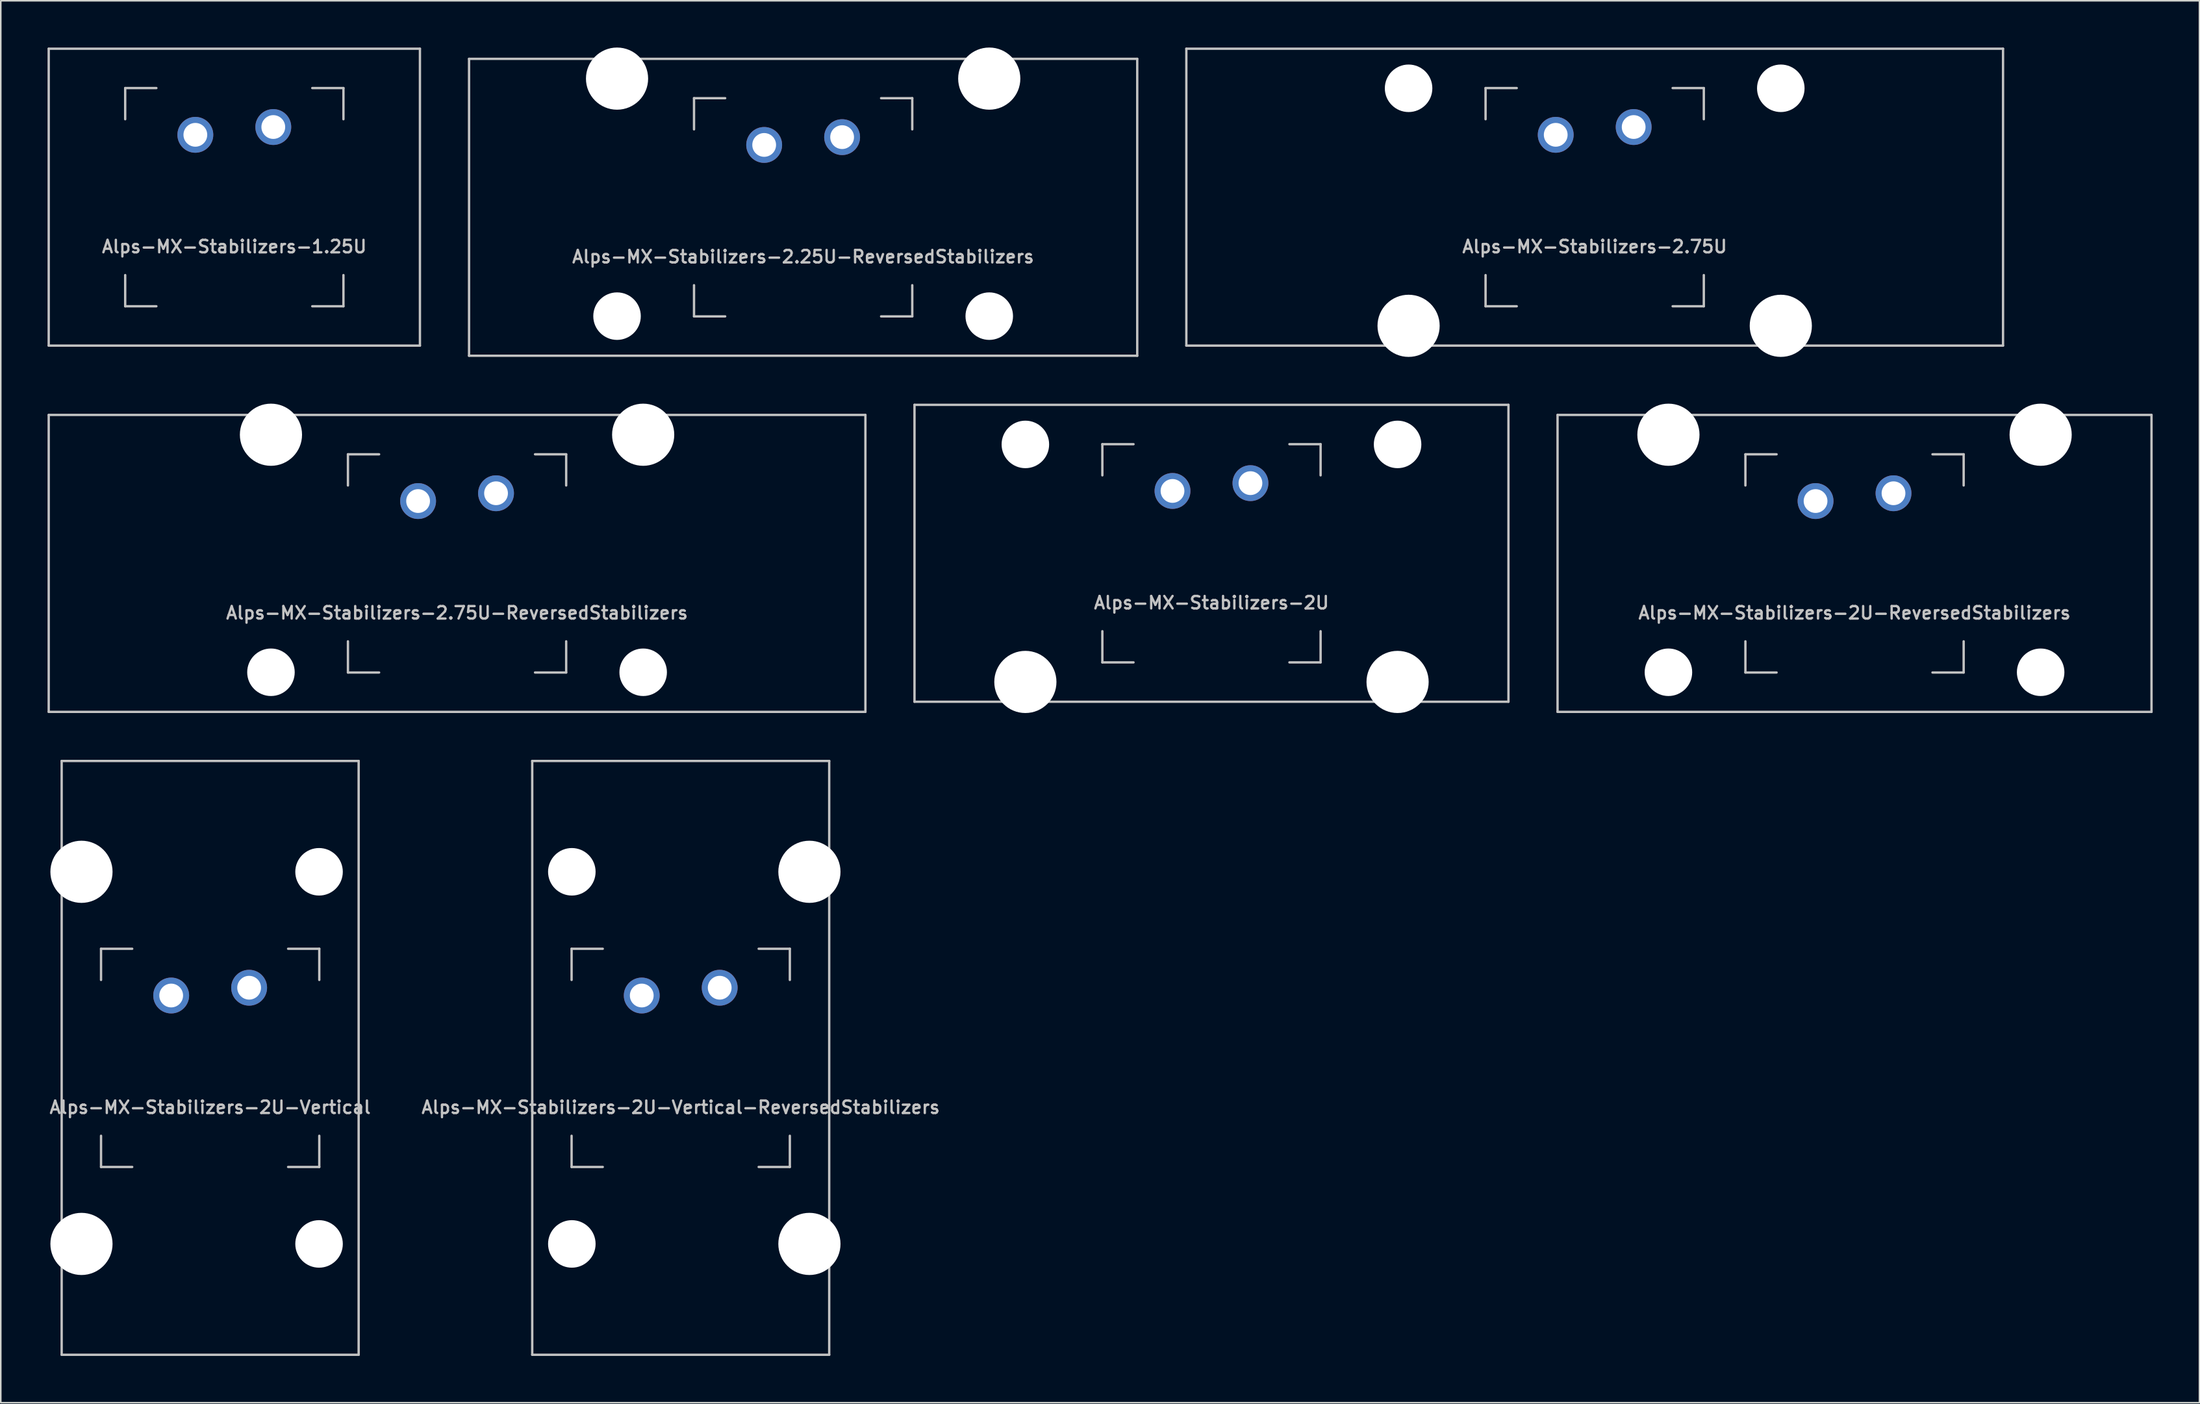
<source format=kicad_pcb>
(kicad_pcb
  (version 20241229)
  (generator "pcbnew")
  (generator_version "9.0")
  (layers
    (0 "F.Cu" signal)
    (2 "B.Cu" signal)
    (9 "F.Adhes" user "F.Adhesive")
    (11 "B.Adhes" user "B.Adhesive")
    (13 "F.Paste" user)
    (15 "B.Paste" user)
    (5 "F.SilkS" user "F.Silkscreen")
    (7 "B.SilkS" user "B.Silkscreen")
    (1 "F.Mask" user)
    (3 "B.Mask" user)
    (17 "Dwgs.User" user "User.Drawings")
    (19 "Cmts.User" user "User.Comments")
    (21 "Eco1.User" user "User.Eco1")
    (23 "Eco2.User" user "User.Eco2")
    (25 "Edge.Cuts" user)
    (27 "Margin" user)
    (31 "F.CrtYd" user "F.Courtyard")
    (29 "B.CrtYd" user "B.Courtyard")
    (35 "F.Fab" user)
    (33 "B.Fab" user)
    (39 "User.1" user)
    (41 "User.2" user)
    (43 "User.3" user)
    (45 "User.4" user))
  (footprint "Alps-MX-Stabilizers-2U"
    (layer "F.Cu")
    (at 74.662 32.449)
    (property "Reference" "Alps-MX-Stabilizers-2U" (at 0 3.175 0) (layer "Dwgs.User") (effects (font (size 0.8 0.8) (thickness 0.15))))
    (attr through_hole)
    (fp_line (start -19.05 9.525) (end -19.05 -9.525) (stroke (width 0.15) (type solid)) (layer "Dwgs.User"))
    (fp_line (start -7 -7) (end -7 -5) (stroke (width 0.15) (type solid)) (layer "Dwgs.User"))
    (fp_line (start -7 5) (end -7 7) (stroke (width 0.15) (type solid)) (layer "Dwgs.User"))
    (fp_line (start -7 7) (end -5 7) (stroke (width 0.15) (type solid)) (layer "Dwgs.User"))
    (fp_line (start -5 -7) (end -7 -7) (stroke (width 0.15) (type solid)) (layer "Dwgs.User"))
    (fp_line (start 5 -7) (end 7 -7) (stroke (width 0.15) (type solid)) (layer "Dwgs.User"))
    (fp_line (start 5 7) (end 7 7) (stroke (width 0.15) (type solid)) (layer "Dwgs.User"))
    (fp_line (start 7 -7) (end 7 -5) (stroke (width 0.15) (type solid)) (layer "Dwgs.User"))
    (fp_line (start 7 7) (end 7 5) (stroke (width 0.15) (type solid)) (layer "Dwgs.User"))
    (fp_line (start 19.05 -9.525) (end -19.05 -9.525) (stroke (width 0.15) (type solid)) (layer "Dwgs.User"))
    (fp_line (start 19.05 9.525) (end -19.05 9.525) (stroke (width 0.15) (type solid)) (layer "Dwgs.User"))
    (fp_line (start 19.05 9.525) (end 19.05 -9.525) (stroke (width 0.15) (type solid)) (layer "Dwgs.User"))
    (pad "" np_thru_hole circle (at -11.938 -6.985) (size 3.048 3.048) (drill 3.048) (layers "*.Cu" "*.Mask"))
    (pad "" np_thru_hole circle (at -11.938 8.255) (size 3.988 3.988) (drill 3.988) (layers "*.Cu" "*.Mask"))
    (pad "" np_thru_hole circle (at 11.938 -6.985) (size 3.048 3.048) (drill 3.048) (layers "*.Cu" "*.Mask"))
    (pad "" np_thru_hole circle (at 11.938 8.255) (size 3.988 3.988) (drill 3.988) (layers "*.Cu" "*.Mask"))
    (pad "1" thru_hole circle (at -2.5 -4) (size 2.3 2.3) (drill 1.524) (layers "*.Cu" "B.Mask"))
    (pad "2" thru_hole circle (at 2.5 -4.5) (size 2.3 2.3) (drill 1.524) (layers "*.Cu" "B.Mask")))
  (footprint "Alps-MX-Stabilizers-2.75U"
    (layer "F.Cu")
    (at 99.244 9.6)
    (property "Reference" "Alps-MX-Stabilizers-2.75U" (at 0 3.175 0) (layer "Dwgs.User") (effects (font (size 0.8 0.8) (thickness 0.15))))
    (attr through_hole)
    (fp_line (start -26.194 9.525) (end -26.194 -9.525) (stroke (width 0.15) (type solid)) (layer "Dwgs.User"))
    (fp_line (start -7 -7) (end -7 -5) (stroke (width 0.15) (type solid)) (layer "Dwgs.User"))
    (fp_line (start -7 5) (end -7 7) (stroke (width 0.15) (type solid)) (layer "Dwgs.User"))
    (fp_line (start -7 7) (end -5 7) (stroke (width 0.15) (type solid)) (layer "Dwgs.User"))
    (fp_line (start -5 -7) (end -7 -7) (stroke (width 0.15) (type solid)) (layer "Dwgs.User"))
    (fp_line (start 5 -7) (end 7 -7) (stroke (width 0.15) (type solid)) (layer "Dwgs.User"))
    (fp_line (start 5 7) (end 7 7) (stroke (width 0.15) (type solid)) (layer "Dwgs.User"))
    (fp_line (start 7 -7) (end 7 -5) (stroke (width 0.15) (type solid)) (layer "Dwgs.User"))
    (fp_line (start 7 7) (end 7 5) (stroke (width 0.15) (type solid)) (layer "Dwgs.User"))
    (fp_line (start 26.194 -9.525) (end -26.194 -9.525) (stroke (width 0.15) (type solid)) (layer "Dwgs.User"))
    (fp_line (start 26.194 9.525) (end -26.194 9.525) (stroke (width 0.15) (type solid)) (layer "Dwgs.User"))
    (fp_line (start 26.194 9.525) (end 26.194 -9.525) (stroke (width 0.15) (type solid)) (layer "Dwgs.User"))
    (pad "" np_thru_hole circle (at -11.938 -6.985) (size 3.048 3.048) (drill 3.048) (layers "*.Cu" "*.Mask"))
    (pad "" np_thru_hole circle (at -11.938 8.255) (size 3.988 3.988) (drill 3.988) (layers "*.Cu" "*.Mask"))
    (pad "" np_thru_hole circle (at 11.938 -6.985) (size 3.048 3.048) (drill 3.048) (layers "*.Cu" "*.Mask"))
    (pad "" np_thru_hole circle (at 11.938 8.255) (size 3.988 3.988) (drill 3.988) (layers "*.Cu" "*.Mask"))
    (pad "1" thru_hole circle (at -2.5 -4) (size 2.3 2.3) (drill 1.524) (layers "*.Cu" "B.Mask"))
    (pad "2" thru_hole circle (at 2.5 -4.5) (size 2.3 2.3) (drill 1.524) (layers "*.Cu" "B.Mask")))
  (footprint "Alps-MX-Stabilizers-2U-ReversedStabilizers"
    (layer "F.Cu")
    (at 115.912 33.098)
    (property "Reference" "Alps-MX-Stabilizers-2U-ReversedStabilizers" (at 0 3.175 0) (layer "Dwgs.User") (effects (font (size 0.8 0.8) (thickness 0.15))))
    (attr through_hole)
    (fp_line (start -19.05 9.525) (end -19.05 -9.525) (stroke (width 0.15) (type solid)) (layer "Dwgs.User"))
    (fp_line (start -7 -7) (end -7 -5) (stroke (width 0.15) (type solid)) (layer "Dwgs.User"))
    (fp_line (start -7 5) (end -7 7) (stroke (width 0.15) (type solid)) (layer "Dwgs.User"))
    (fp_line (start -7 7) (end -5 7) (stroke (width 0.15) (type solid)) (layer "Dwgs.User"))
    (fp_line (start -5 -7) (end -7 -7) (stroke (width 0.15) (type solid)) (layer "Dwgs.User"))
    (fp_line (start 5 -7) (end 7 -7) (stroke (width 0.15) (type solid)) (layer "Dwgs.User"))
    (fp_line (start 5 7) (end 7 7) (stroke (width 0.15) (type solid)) (layer "Dwgs.User"))
    (fp_line (start 7 -7) (end 7 -5) (stroke (width 0.15) (type solid)) (layer "Dwgs.User"))
    (fp_line (start 7 7) (end 7 5) (stroke (width 0.15) (type solid)) (layer "Dwgs.User"))
    (fp_line (start 19.05 -9.525) (end -19.05 -9.525) (stroke (width 0.15) (type solid)) (layer "Dwgs.User"))
    (fp_line (start 19.05 9.525) (end -19.05 9.525) (stroke (width 0.15) (type solid)) (layer "Dwgs.User"))
    (fp_line (start 19.05 9.525) (end 19.05 -9.525) (stroke (width 0.15) (type solid)) (layer "Dwgs.User"))
    (pad "" np_thru_hole circle (at -11.938 -8.255) (size 3.988 3.988) (drill 3.988) (layers "*.Cu" "*.Mask"))
    (pad "" np_thru_hole circle (at -11.938 6.985) (size 3.048 3.048) (drill 3.048) (layers "*.Cu" "*.Mask"))
    (pad "" np_thru_hole circle (at 11.938 -8.255) (size 3.988 3.988) (drill 3.988) (layers "*.Cu" "*.Mask"))
    (pad "" np_thru_hole circle (at 11.938 6.985) (size 3.048 3.048) (drill 3.048) (layers "*.Cu" "*.Mask"))
    (pad "1" thru_hole circle (at -2.5 -4) (size 2.3 2.3) (drill 1.524) (layers "*.Cu" "B.Mask"))
    (pad "2" thru_hole circle (at 2.5 -4.5) (size 2.3 2.3) (drill 1.524) (layers "*.Cu" "B.Mask")))
  (footprint "Alps-MX-Stabilizers-2U-Vertical"
    (layer "F.Cu")
    (at 10.431 64.823)
    (property "Reference" "Alps-MX-Stabilizers-2U-Vertical" (at 0 3.175 0) (layer "Dwgs.User") (effects (font (size 0.8 0.8) (thickness 0.15))))
    (attr through_hole)
    (fp_line (start -9.525 19.05) (end -9.525 -19.05) (stroke (width 0.15) (type solid)) (layer "Dwgs.User"))
    (fp_line (start -7 -7) (end -7 -5) (stroke (width 0.15) (type solid)) (layer "Dwgs.User"))
    (fp_line (start -7 5) (end -7 7) (stroke (width 0.15) (type solid)) (layer "Dwgs.User"))
    (fp_line (start -7 7) (end -5 7) (stroke (width 0.15) (type solid)) (layer "Dwgs.User"))
    (fp_line (start -5 -7) (end -7 -7) (stroke (width 0.15) (type solid)) (layer "Dwgs.User"))
    (fp_line (start 5 -7) (end 7 -7) (stroke (width 0.15) (type solid)) (layer "Dwgs.User"))
    (fp_line (start 5 7) (end 7 7) (stroke (width 0.15) (type solid)) (layer "Dwgs.User"))
    (fp_line (start 7 -7) (end 7 -5) (stroke (width 0.15) (type solid)) (layer "Dwgs.User"))
    (fp_line (start 7 7) (end 7 5) (stroke (width 0.15) (type solid)) (layer "Dwgs.User"))
    (fp_line (start 9.525 -19.05) (end -9.525 -19.05) (stroke (width 0.15) (type solid)) (layer "Dwgs.User"))
    (fp_line (start 9.525 19.05) (end -9.525 19.05) (stroke (width 0.15) (type solid)) (layer "Dwgs.User"))
    (fp_line (start 9.525 19.05) (end 9.525 -19.05) (stroke (width 0.15) (type solid)) (layer "Dwgs.User"))
    (pad "" np_thru_hole circle (at -8.255 -11.938) (size 3.988 3.988) (drill 3.988) (layers "*.Cu" "*.Mask"))
    (pad "" np_thru_hole circle (at -8.255 11.938) (size 3.988 3.988) (drill 3.988) (layers "*.Cu" "*.Mask"))
    (pad "" np_thru_hole circle (at 6.985 -11.938) (size 3.048 3.048) (drill 3.048) (layers "*.Cu" "*.Mask"))
    (pad "" np_thru_hole circle (at 6.985 11.938) (size 3.048 3.048) (drill 3.048) (layers "*.Cu" "*.Mask"))
    (pad "1" thru_hole circle (at -2.5 -4) (size 2.3 2.3) (drill 1.524) (layers "*.Cu" "B.Mask"))
    (pad "2" thru_hole circle (at 2.5 -4.5) (size 2.3 2.3) (drill 1.524) (layers "*.Cu" "B.Mask")))
  (footprint "Alps-MX-Stabilizers-2.25U-ReversedStabilizers"
    (layer "F.Cu")
    (at 48.469 10.249)
    (property "Reference" "Alps-MX-Stabilizers-2.25U-ReversedStabilizers" (at 0 3.175 0) (layer "Dwgs.User") (effects (font (size 0.8 0.8) (thickness 0.15))))
    (attr through_hole)
    (fp_line (start -21.431 9.525) (end -21.431 -9.525) (stroke (width 0.15) (type solid)) (layer "Dwgs.User"))
    (fp_line (start -7 -7) (end -7 -5) (stroke (width 0.15) (type solid)) (layer "Dwgs.User"))
    (fp_line (start -7 5) (end -7 7) (stroke (width 0.15) (type solid)) (layer "Dwgs.User"))
    (fp_line (start -7 7) (end -5 7) (stroke (width 0.15) (type solid)) (layer "Dwgs.User"))
    (fp_line (start -5 -7) (end -7 -7) (stroke (width 0.15) (type solid)) (layer "Dwgs.User"))
    (fp_line (start 5 -7) (end 7 -7) (stroke (width 0.15) (type solid)) (layer "Dwgs.User"))
    (fp_line (start 5 7) (end 7 7) (stroke (width 0.15) (type solid)) (layer "Dwgs.User"))
    (fp_line (start 7 -7) (end 7 -5) (stroke (width 0.15) (type solid)) (layer "Dwgs.User"))
    (fp_line (start 7 7) (end 7 5) (stroke (width 0.15) (type solid)) (layer "Dwgs.User"))
    (fp_line (start 21.431 -9.525) (end -21.431 -9.525) (stroke (width 0.15) (type solid)) (layer "Dwgs.User"))
    (fp_line (start 21.431 9.525) (end -21.431 9.525) (stroke (width 0.15) (type solid)) (layer "Dwgs.User"))
    (fp_line (start 21.431 9.525) (end 21.431 -9.525) (stroke (width 0.15) (type solid)) (layer "Dwgs.User"))
    (pad "" np_thru_hole circle (at -11.938 -8.255) (size 3.988 3.988) (drill 3.988) (layers "*.Cu" "*.Mask"))
    (pad "" np_thru_hole circle (at -11.938 6.985) (size 3.048 3.048) (drill 3.048) (layers "*.Cu" "*.Mask"))
    (pad "" np_thru_hole circle (at 11.938 -8.255) (size 3.988 3.988) (drill 3.988) (layers "*.Cu" "*.Mask"))
    (pad "" np_thru_hole circle (at 11.938 6.985) (size 3.048 3.048) (drill 3.048) (layers "*.Cu" "*.Mask"))
    (pad "1" thru_hole circle (at -2.5 -4) (size 2.3 2.3) (drill 1.524) (layers "*.Cu" "B.Mask"))
    (pad "2" thru_hole circle (at 2.5 -4.5) (size 2.3 2.3) (drill 1.524) (layers "*.Cu" "B.Mask")))
  (footprint "Alps-MX-Stabilizers-1.25U"
    (layer "F.Cu")
    (at 11.981 9.6)
    (property "Reference" "Alps-MX-Stabilizers-1.25U" (at 0 3.175 0) (layer "Dwgs.User") (effects (font (size 0.8 0.8) (thickness 0.15))))
    (attr through_hole)
    (fp_line (start -11.906 9.525) (end -11.906 -9.525) (stroke (width 0.15) (type solid)) (layer "Dwgs.User"))
    (fp_line (start -7 -7) (end -7 -5) (stroke (width 0.15) (type solid)) (layer "Dwgs.User"))
    (fp_line (start -7 5) (end -7 7) (stroke (width 0.15) (type solid)) (layer "Dwgs.User"))
    (fp_line (start -7 7) (end -5 7) (stroke (width 0.15) (type solid)) (layer "Dwgs.User"))
    (fp_line (start -5 -7) (end -7 -7) (stroke (width 0.15) (type solid)) (layer "Dwgs.User"))
    (fp_line (start 5 -7) (end 7 -7) (stroke (width 0.15) (type solid)) (layer "Dwgs.User"))
    (fp_line (start 5 7) (end 7 7) (stroke (width 0.15) (type solid)) (layer "Dwgs.User"))
    (fp_line (start 7 -7) (end 7 -5) (stroke (width 0.15) (type solid)) (layer "Dwgs.User"))
    (fp_line (start 7 7) (end 7 5) (stroke (width 0.15) (type solid)) (layer "Dwgs.User"))
    (fp_line (start 11.906 -9.525) (end -11.906 -9.525) (stroke (width 0.15) (type solid)) (layer "Dwgs.User"))
    (fp_line (start 11.906 9.525) (end -11.906 9.525) (stroke (width 0.15) (type solid)) (layer "Dwgs.User"))
    (fp_line (start 11.906 9.525) (end 11.906 -9.525) (stroke (width 0.15) (type solid)) (layer "Dwgs.User"))
    (pad "1" thru_hole circle (at -2.5 -4) (size 2.3 2.3) (drill 1.524) (layers "*.Cu" "B.Mask"))
    (pad "2" thru_hole circle (at 2.5 -4.5) (size 2.3 2.3) (drill 1.524) (layers "*.Cu" "B.Mask")))
  (footprint "Alps-MX-Stabilizers-2.75U-ReversedStabilizers"
    (layer "F.Cu")
    (at 26.269 33.098)
    (property "Reference" "Alps-MX-Stabilizers-2.75U-ReversedStabilizers" (at 0 3.175 0) (layer "Dwgs.User") (effects (font (size 0.8 0.8) (thickness 0.15))))
    (attr through_hole)
    (fp_line (start -26.194 9.525) (end -26.194 -9.525) (stroke (width 0.15) (type solid)) (layer "Dwgs.User"))
    (fp_line (start -7 -7) (end -7 -5) (stroke (width 0.15) (type solid)) (layer "Dwgs.User"))
    (fp_line (start -7 5) (end -7 7) (stroke (width 0.15) (type solid)) (layer "Dwgs.User"))
    (fp_line (start -7 7) (end -5 7) (stroke (width 0.15) (type solid)) (layer "Dwgs.User"))
    (fp_line (start -5 -7) (end -7 -7) (stroke (width 0.15) (type solid)) (layer "Dwgs.User"))
    (fp_line (start 5 -7) (end 7 -7) (stroke (width 0.15) (type solid)) (layer "Dwgs.User"))
    (fp_line (start 5 7) (end 7 7) (stroke (width 0.15) (type solid)) (layer "Dwgs.User"))
    (fp_line (start 7 -7) (end 7 -5) (stroke (width 0.15) (type solid)) (layer "Dwgs.User"))
    (fp_line (start 7 7) (end 7 5) (stroke (width 0.15) (type solid)) (layer "Dwgs.User"))
    (fp_line (start 26.194 -9.525) (end -26.194 -9.525) (stroke (width 0.15) (type solid)) (layer "Dwgs.User"))
    (fp_line (start 26.194 9.525) (end -26.194 9.525) (stroke (width 0.15) (type solid)) (layer "Dwgs.User"))
    (fp_line (start 26.194 9.525) (end 26.194 -9.525) (stroke (width 0.15) (type solid)) (layer "Dwgs.User"))
    (pad "" np_thru_hole circle (at -11.938 -8.255) (size 3.988 3.988) (drill 3.988) (layers "*.Cu" "*.Mask"))
    (pad "" np_thru_hole circle (at -11.938 6.985) (size 3.048 3.048) (drill 3.048) (layers "*.Cu" "*.Mask"))
    (pad "" np_thru_hole circle (at 11.938 -8.255) (size 3.988 3.988) (drill 3.988) (layers "*.Cu" "*.Mask"))
    (pad "" np_thru_hole circle (at 11.938 6.985) (size 3.048 3.048) (drill 3.048) (layers "*.Cu" "*.Mask"))
    (pad "1" thru_hole circle (at -2.5 -4) (size 2.3 2.3) (drill 1.524) (layers "*.Cu" "B.Mask"))
    (pad "2" thru_hole circle (at 2.5 -4.5) (size 2.3 2.3) (drill 1.524) (layers "*.Cu" "B.Mask")))
  (footprint "Alps-MX-Stabilizers-2U-Vertical-ReversedStabilizers"
    (layer "F.Cu")
    (at 40.616 64.823)
    (property "Reference" "Alps-MX-Stabilizers-2U-Vertical-ReversedStabilizers" (at 0 3.175 0) (layer "Dwgs.User") (effects (font (size 0.8 0.8) (thickness 0.15))))
    (attr through_hole)
    (fp_line (start -9.525 19.05) (end -9.525 -19.05) (stroke (width 0.15) (type solid)) (layer "Dwgs.User"))
    (fp_line (start -7 -7) (end -7 -5) (stroke (width 0.15) (type solid)) (layer "Dwgs.User"))
    (fp_line (start -7 5) (end -7 7) (stroke (width 0.15) (type solid)) (layer "Dwgs.User"))
    (fp_line (start -7 7) (end -5 7) (stroke (width 0.15) (type solid)) (layer "Dwgs.User"))
    (fp_line (start -5 -7) (end -7 -7) (stroke (width 0.15) (type solid)) (layer "Dwgs.User"))
    (fp_line (start 5 -7) (end 7 -7) (stroke (width 0.15) (type solid)) (layer "Dwgs.User"))
    (fp_line (start 5 7) (end 7 7) (stroke (width 0.15) (type solid)) (layer "Dwgs.User"))
    (fp_line (start 7 -7) (end 7 -5) (stroke (width 0.15) (type solid)) (layer "Dwgs.User"))
    (fp_line (start 7 7) (end 7 5) (stroke (width 0.15) (type solid)) (layer "Dwgs.User"))
    (fp_line (start 9.525 -19.05) (end -9.525 -19.05) (stroke (width 0.15) (type solid)) (layer "Dwgs.User"))
    (fp_line (start 9.525 19.05) (end -9.525 19.05) (stroke (width 0.15) (type solid)) (layer "Dwgs.User"))
    (fp_line (start 9.525 19.05) (end 9.525 -19.05) (stroke (width 0.15) (type solid)) (layer "Dwgs.User"))
    (pad "" np_thru_hole circle (at -6.985 -11.938) (size 3.048 3.048) (drill 3.048) (layers "*.Cu" "*.Mask"))
    (pad "" np_thru_hole circle (at -6.985 11.938) (size 3.048 3.048) (drill 3.048) (layers "*.Cu" "*.Mask"))
    (pad "" np_thru_hole circle (at 8.255 -11.938) (size 3.988 3.988) (drill 3.988) (layers "*.Cu" "*.Mask"))
    (pad "" np_thru_hole circle (at 8.255 11.938) (size 3.988 3.988) (drill 3.988) (layers "*.Cu" "*.Mask"))
    (pad "1" thru_hole circle (at -2.5 -4) (size 2.3 2.3) (drill 1.524) (layers "*.Cu" "B.Mask"))
    (pad "2" thru_hole circle (at 2.5 -4.5) (size 2.3 2.3) (drill 1.524) (layers "*.Cu" "B.Mask")))
  (gr_rect
    (start -3 -3)
    (end 138.037 86.948)
    (stroke (width 0.1) (type default))
    (fill no)
    (layer "Edge.Cuts")))
</source>
